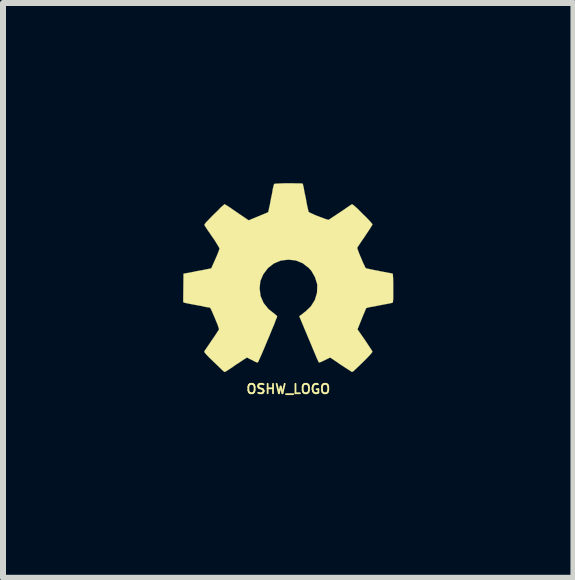
<source format=kicad_pcb>
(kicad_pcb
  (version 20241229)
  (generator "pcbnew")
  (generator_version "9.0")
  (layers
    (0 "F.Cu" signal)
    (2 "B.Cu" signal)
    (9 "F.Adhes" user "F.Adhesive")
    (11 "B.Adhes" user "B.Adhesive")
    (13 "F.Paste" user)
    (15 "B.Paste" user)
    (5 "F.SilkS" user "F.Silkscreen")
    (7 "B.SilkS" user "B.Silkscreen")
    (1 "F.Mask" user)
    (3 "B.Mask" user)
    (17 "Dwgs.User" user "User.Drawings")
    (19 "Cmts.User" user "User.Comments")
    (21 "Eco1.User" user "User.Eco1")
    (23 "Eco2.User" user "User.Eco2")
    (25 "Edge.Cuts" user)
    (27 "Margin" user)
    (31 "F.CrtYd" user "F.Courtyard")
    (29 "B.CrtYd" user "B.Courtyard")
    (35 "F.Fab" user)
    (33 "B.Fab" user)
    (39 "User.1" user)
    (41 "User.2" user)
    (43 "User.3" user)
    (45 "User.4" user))
  (footprint "OSHW_LOGO"
    (layer "F.Cu")
    (at 1.751 1.574)
    (property "Reference" "OSHW_LOGO" (at 0 1.854 0) (layer "F.SilkS") (effects (font (size 0.157 0.157) (thickness 0.03))))
    (attr through_hole)
    (fp_poly (pts (xy -1.059 1.572) (xy -1.041 1.562) (xy -1.001 1.537) (xy -0.942 1.499) (xy -0.874 1.45) (xy -0.803 1.405) (xy -0.747 1.367) (xy -0.706 1.341) (xy -0.691 1.331) (xy -0.681 1.333) (xy -0.648 1.351) (xy -0.599 1.374) (xy -0.574 1.389) (xy -0.528 1.41) (xy -0.508 1.412) (xy -0.503 1.407) (xy -0.488 1.372) (xy -0.462 1.316) (xy -0.429 1.24) (xy -0.391 1.151) (xy -0.351 1.054) (xy -0.31 0.958) (xy -0.272 0.864) (xy -0.236 0.78) (xy -0.211 0.711) (xy -0.191 0.665) (xy -0.185 0.645) (xy -0.188 0.64) (xy -0.208 0.62) (xy -0.246 0.589) (xy -0.33 0.523) (xy -0.411 0.422) (xy -0.462 0.305) (xy -0.478 0.175) (xy -0.465 0.056) (xy -0.417 -0.056) (xy -0.338 -0.16) (xy -0.241 -0.236) (xy -0.127 -0.284) (xy 0 -0.3) (xy 0.122 -0.287) (xy 0.239 -0.241) (xy 0.34 -0.163) (xy 0.386 -0.112) (xy 0.445 -0.008) (xy 0.48 0.104) (xy 0.483 0.132) (xy 0.478 0.254) (xy 0.442 0.373) (xy 0.376 0.478) (xy 0.287 0.564) (xy 0.274 0.572) (xy 0.234 0.605) (xy 0.206 0.625) (xy 0.183 0.643) (xy 0.34 1.019) (xy 0.366 1.079) (xy 0.409 1.184) (xy 0.447 1.273) (xy 0.475 1.341) (xy 0.498 1.389) (xy 0.505 1.407) (xy 0.508 1.41) (xy 0.521 1.412) (xy 0.549 1.402) (xy 0.602 1.377) (xy 0.638 1.359) (xy 0.678 1.339) (xy 0.696 1.331) (xy 0.711 1.339) (xy 0.749 1.364) (xy 0.805 1.402) (xy 0.871 1.448) (xy 0.937 1.491) (xy 0.996 1.529) (xy 1.039 1.557) (xy 1.059 1.57) (xy 1.062 1.57) (xy 1.082 1.56) (xy 1.115 1.529) (xy 1.166 1.481) (xy 1.24 1.41) (xy 1.25 1.4) (xy 1.311 1.339) (xy 1.359 1.288) (xy 1.389 1.252) (xy 1.402 1.234) (xy 1.392 1.214) (xy 1.364 1.171) (xy 1.326 1.113) (xy 1.278 1.041) (xy 1.153 0.861) (xy 1.222 0.688) (xy 1.242 0.638) (xy 1.27 0.574) (xy 1.288 0.528) (xy 1.298 0.508) (xy 1.318 0.5) (xy 1.364 0.49) (xy 1.433 0.478) (xy 1.514 0.462) (xy 1.59 0.447) (xy 1.661 0.434) (xy 1.709 0.424) (xy 1.732 0.419) (xy 1.737 0.417) (xy 1.742 0.406) (xy 1.745 0.381) (xy 1.748 0.34) (xy 1.748 0.272) (xy 1.748 0.175) (xy 1.748 0.165) (xy 1.748 0.074) (xy 1.745 0) (xy 1.742 -0.046) (xy 1.74 -0.066) (xy 1.72 -0.071) (xy 1.669 -0.081) (xy 1.6 -0.094) (xy 1.516 -0.109) (xy 1.511 -0.112) (xy 1.427 -0.127) (xy 1.359 -0.142) (xy 1.311 -0.152) (xy 1.29 -0.16) (xy 1.285 -0.165) (xy 1.27 -0.198) (xy 1.245 -0.249) (xy 1.219 -0.312) (xy 1.191 -0.376) (xy 1.168 -0.434) (xy 1.153 -0.478) (xy 1.148 -0.498) (xy 1.161 -0.518) (xy 1.189 -0.561) (xy 1.229 -0.62) (xy 1.278 -0.691) (xy 1.28 -0.696) (xy 1.328 -0.767) (xy 1.367 -0.826) (xy 1.392 -0.869) (xy 1.402 -0.886) (xy 1.402 -0.889) (xy 1.387 -0.909) (xy 1.351 -0.95) (xy 1.3 -1.003) (xy 1.237 -1.064) (xy 1.219 -1.082) (xy 1.151 -1.151) (xy 1.102 -1.194) (xy 1.074 -1.217) (xy 1.059 -1.222) (xy 1.039 -1.209) (xy 0.993 -1.179) (xy 0.935 -1.138) (xy 0.864 -1.09) (xy 0.859 -1.087) (xy 0.787 -1.039) (xy 0.729 -1.001) (xy 0.688 -0.973) (xy 0.671 -0.963) (xy 0.668 -0.963) (xy 0.64 -0.97) (xy 0.589 -0.988) (xy 0.528 -1.011) (xy 0.462 -1.036) (xy 0.404 -1.062) (xy 0.361 -1.082) (xy 0.34 -1.095) (xy 0.338 -1.095) (xy 0.333 -1.12) (xy 0.32 -1.173) (xy 0.305 -1.245) (xy 0.29 -1.331) (xy 0.287 -1.344) (xy 0.269 -1.427) (xy 0.257 -1.496) (xy 0.246 -1.544) (xy 0.241 -1.565) (xy 0.231 -1.567) (xy 0.191 -1.57) (xy 0.127 -1.57) (xy 0.051 -1.572) (xy -0.025 -1.572) (xy -0.104 -1.57) (xy -0.17 -1.567) (xy -0.216 -1.565) (xy -0.236 -1.56) (xy -0.244 -1.534) (xy -0.257 -1.481) (xy -0.269 -1.407) (xy -0.287 -1.323) (xy -0.29 -1.308) (xy -0.305 -1.224) (xy -0.32 -1.156) (xy -0.33 -1.11) (xy -0.335 -1.09) (xy -0.343 -1.087) (xy -0.376 -1.072) (xy -0.432 -1.049) (xy -0.5 -1.021) (xy -0.66 -0.955) (xy -0.859 -1.09) (xy -0.876 -1.102) (xy -0.947 -1.151) (xy -1.003 -1.189) (xy -1.044 -1.214) (xy -1.062 -1.224) (xy -1.082 -1.206) (xy -1.123 -1.171) (xy -1.173 -1.118) (xy -1.237 -1.057) (xy -1.283 -1.011) (xy -1.336 -0.955) (xy -1.372 -0.919) (xy -1.389 -0.894) (xy -1.397 -0.881) (xy -1.394 -0.871) (xy -1.382 -0.851) (xy -1.354 -0.808) (xy -1.313 -0.749) (xy -1.265 -0.678) (xy -1.224 -0.62) (xy -1.184 -0.554) (xy -1.156 -0.508) (xy -1.146 -0.485) (xy -1.148 -0.475) (xy -1.161 -0.437) (xy -1.184 -0.378) (xy -1.214 -0.31) (xy -1.283 -0.155) (xy -1.384 -0.135) (xy -1.445 -0.122) (xy -1.532 -0.107) (xy -1.615 -0.089) (xy -1.745 -0.066) (xy -1.75 0.406) (xy -1.73 0.417) (xy -1.709 0.422) (xy -1.661 0.432) (xy -1.593 0.445) (xy -1.514 0.46) (xy -1.445 0.472) (xy -1.377 0.488) (xy -1.326 0.495) (xy -1.303 0.5) (xy -1.298 0.508) (xy -1.28 0.541) (xy -1.257 0.594) (xy -1.229 0.658) (xy -1.201 0.726) (xy -1.176 0.787) (xy -1.161 0.833) (xy -1.153 0.859) (xy -1.163 0.876) (xy -1.189 0.917) (xy -1.227 0.975) (xy -1.275 1.044) (xy -1.321 1.113) (xy -1.361 1.171) (xy -1.389 1.212) (xy -1.4 1.232) (xy -1.394 1.245) (xy -1.367 1.278) (xy -1.316 1.331) (xy -1.237 1.407) (xy -1.224 1.42) (xy -1.163 1.478) (xy -1.113 1.527) (xy -1.077 1.56) (xy -1.059 1.572)) (stroke (width 0.003) (type solid)) (fill yes) (layer "F.SilkS")))
  (gr_rect
    (start -3 -3)
    (end 6.5 6.573)
    (stroke (width 0.1) (type default))
    (fill no)
    (layer "Edge.Cuts")))
</source>
